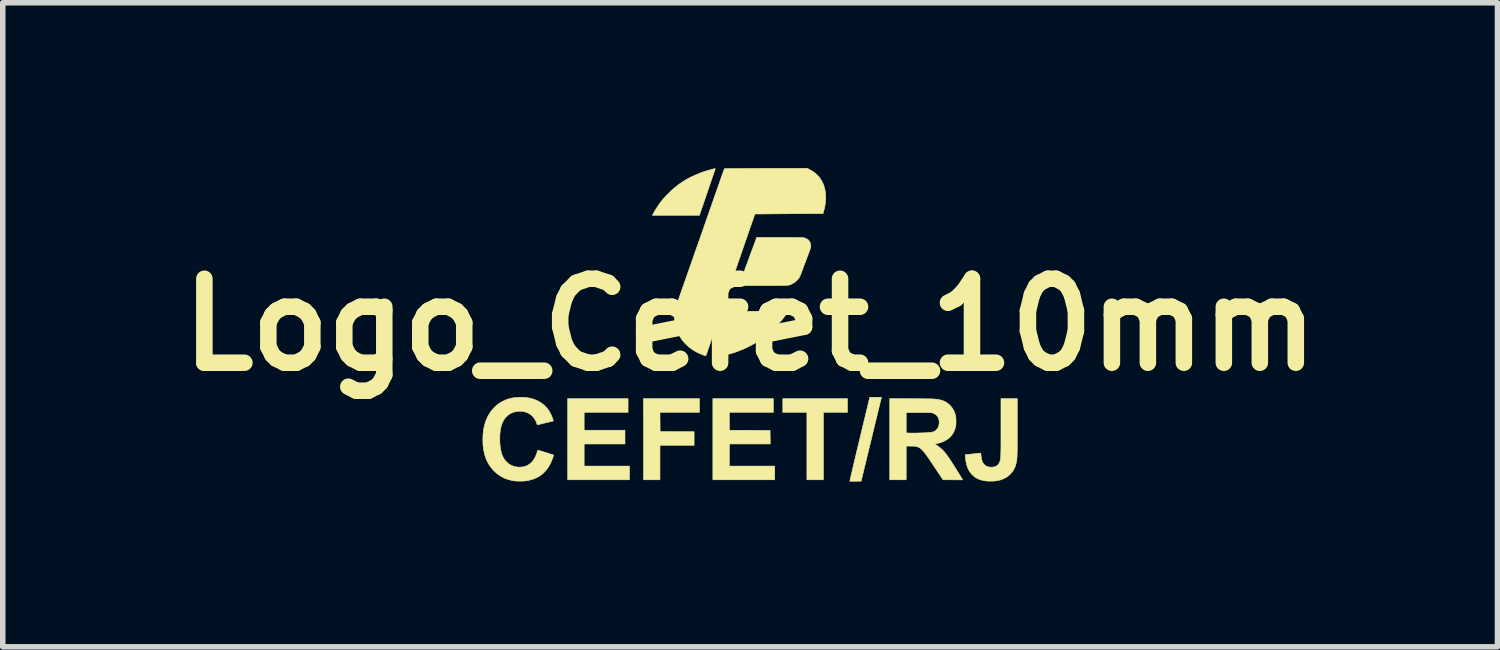
<source format=kicad_pcb>
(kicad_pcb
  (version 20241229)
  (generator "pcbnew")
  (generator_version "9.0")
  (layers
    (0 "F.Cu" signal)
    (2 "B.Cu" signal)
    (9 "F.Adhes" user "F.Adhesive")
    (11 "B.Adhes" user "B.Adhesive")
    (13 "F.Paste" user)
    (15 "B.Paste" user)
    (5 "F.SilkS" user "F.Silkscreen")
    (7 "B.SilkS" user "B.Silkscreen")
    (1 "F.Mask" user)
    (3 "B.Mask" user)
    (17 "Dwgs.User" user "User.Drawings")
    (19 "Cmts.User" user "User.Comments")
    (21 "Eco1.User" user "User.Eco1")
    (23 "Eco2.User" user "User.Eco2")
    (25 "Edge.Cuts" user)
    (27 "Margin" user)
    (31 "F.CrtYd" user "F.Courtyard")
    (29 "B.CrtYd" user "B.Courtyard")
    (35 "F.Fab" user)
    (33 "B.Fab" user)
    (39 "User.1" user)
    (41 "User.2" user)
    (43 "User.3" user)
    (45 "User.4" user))
  (footprint "Logo_Cefet_10mm"
    (layer "F.Cu")
    (at 10.566 2.845)
    (property "Reference" "Logo_Cefet_10mm" (at 0 0 0) (layer "F.SilkS") (effects (font (size 1.524 1.524) (thickness 0.3))))
    (attr through_hole)
    (fp_poly (pts (xy 1.768 1.59) (xy 1.331 1.59) (xy 1.331 2.814) (xy 1.031 2.814) (xy 1.031 1.59) (xy 0.594 1.59) (xy 0.594 1.341) (xy 1.768 1.341) (xy 1.768 1.59)) (stroke (width 0.01) (type solid)) (fill yes) (layer "F.SilkS"))
    (fp_poly (pts (xy -0.919 1.59) (xy -1.636 1.59) (xy -1.633 1.938) (xy -1.016 1.941) (xy -1.016 2.189) (xy -1.636 2.189) (xy -1.636 2.814) (xy -1.935 2.814) (xy -1.935 2.078) (xy -1.936 1.341) (xy -0.919 1.341) (xy -0.919 1.59)) (stroke (width 0.01) (type solid)) (fill yes) (layer "F.SilkS"))
    (fp_poly (pts (xy -2.215 1.59) (xy -3.012 1.59) (xy -3.012 1.915) (xy -2.271 1.915) (xy -2.271 2.164) (xy -3.012 2.164) (xy -3.012 2.565) (xy -2.189 2.565) (xy -2.189 2.814) (xy -3.312 2.814) (xy -3.312 1.341) (xy -2.215 1.341) (xy -2.215 1.59)) (stroke (width 0.01) (type solid)) (fill yes) (layer "F.SilkS"))
    (fp_poly (pts (xy 0.422 1.59) (xy -0.376 1.59) (xy -0.376 1.915) (xy -0.006 1.916) (xy 0.363 1.918) (xy 0.366 2.164) (xy -0.376 2.164) (xy -0.376 2.565) (xy 0.447 2.565) (xy 0.447 2.814) (xy -0.676 2.814) (xy -0.676 1.341) (xy 0.422 1.341) (xy 0.422 1.59)) (stroke (width 0.01) (type solid)) (fill yes) (layer "F.SilkS"))
    (fp_poly (pts (xy 2.349 1.464) (xy 2.341 1.497) (xy 2.331 1.538) (xy 2.32 1.585) (xy 2.307 1.639) (xy 2.293 1.697) (xy 2.278 1.757) (xy 2.263 1.819) (xy 2.248 1.881) (xy 2.235 1.933) (xy 2.221 1.992) (xy 2.207 2.052) (xy 2.193 2.11) (xy 2.179 2.166) (xy 2.166 2.218) (xy 2.155 2.265) (xy 2.145 2.306) (xy 2.137 2.34) (xy 2.131 2.365) (xy 2.121 2.404) (xy 2.111 2.447) (xy 2.101 2.49) (xy 2.091 2.529) (xy 2.083 2.562) (xy 2.083 2.563) (xy 2.074 2.598) (xy 2.064 2.64) (xy 2.054 2.683) (xy 2.044 2.724) (xy 2.039 2.744) (xy 2.016 2.839) (xy 1.914 2.841) (xy 1.883 2.841) (xy 1.856 2.841) (xy 1.834 2.841) (xy 1.818 2.84) (xy 1.811 2.839) (xy 1.811 2.839) (xy 1.811 2.834) (xy 1.814 2.82) (xy 1.819 2.798) (xy 1.826 2.767) (xy 1.835 2.727) (xy 1.847 2.678) (xy 1.86 2.62) (xy 1.876 2.553) (xy 1.894 2.476) (xy 1.915 2.39) (xy 1.937 2.295) (xy 1.962 2.191) (xy 1.99 2.077) (xy 2.019 1.953) (xy 2.051 1.82) (xy 2.086 1.677) (xy 2.106 1.593) (xy 2.116 1.551) (xy 2.126 1.509) (xy 2.136 1.469) (xy 2.144 1.433) (xy 2.151 1.403) (xy 2.157 1.38) (xy 2.158 1.375) (xy 2.172 1.316) (xy 2.279 1.316) (xy 2.385 1.316) (xy 2.349 1.464)) (stroke (width 0.01) (type solid)) (fill yes) (layer "F.SilkS"))
    (fp_poly (pts (xy 0.525 -0.246) (xy 0.572 -0.246) (xy 0.612 -0.246) (xy 0.645 -0.246) (xy 0.669 -0.245) (xy 0.685 -0.244) (xy 0.691 -0.244) (xy 0.691 -0.244) (xy 0.688 -0.237) (xy 0.679 -0.223) (xy 0.666 -0.204) (xy 0.65 -0.181) (xy 0.63 -0.155) (xy 0.609 -0.128) (xy 0.587 -0.1) (xy 0.566 -0.074) (xy 0.545 -0.049) (xy 0.542 -0.045) (xy 0.45 0.055) (xy 0.351 0.146) (xy 0.246 0.23) (xy 0.135 0.307) (xy 0.018 0.375) (xy -0.105 0.435) (xy -0.232 0.486) (xy -0.282 0.504) (xy -0.333 0.519) (xy -0.388 0.534) (xy -0.443 0.547) (xy -0.495 0.558) (xy -0.515 0.561) (xy -0.543 0.565) (xy -0.572 0.569) (xy -0.599 0.571) (xy -0.622 0.573) (xy -0.641 0.573) (xy -0.652 0.573) (xy -0.655 0.571) (xy -0.654 0.564) (xy -0.65 0.551) (xy -0.647 0.544) (xy -0.642 0.529) (xy -0.634 0.507) (xy -0.624 0.477) (xy -0.611 0.44) (xy -0.597 0.399) (xy -0.581 0.353) (xy -0.564 0.304) (xy -0.547 0.253) (xy -0.529 0.202) (xy -0.511 0.15) (xy -0.511 0.15) (xy -0.497 0.111) (xy -0.484 0.073) (xy -0.472 0.037) (xy -0.461 0.005) (xy -0.452 -0.021) (xy -0.445 -0.04) (xy -0.445 -0.041) (xy -0.43 -0.083) (xy -0.417 -0.122) (xy -0.405 -0.156) (xy -0.394 -0.186) (xy -0.386 -0.209) (xy -0.381 -0.225) (xy -0.379 -0.232) (xy -0.379 -0.232) (xy -0.376 -0.233) (xy -0.368 -0.235) (xy -0.354 -0.236) (xy -0.335 -0.238) (xy -0.31 -0.239) (xy -0.278 -0.24) (xy -0.239 -0.241) (xy -0.193 -0.242) (xy -0.139 -0.242) (xy -0.077 -0.243) (xy -0.007 -0.244) (xy 0.073 -0.245) (xy 0.161 -0.245) (xy 0.26 -0.246) (xy 0.281 -0.246) (xy 0.349 -0.246) (xy 0.413 -0.246) (xy 0.472 -0.246) (xy 0.525 -0.246)) (stroke (width 0.01) (type solid)) (fill yes) (layer "F.SilkS"))
    (fp_poly (pts (xy -0.633 -2.834) (xy -0.634 -2.829) (xy -0.637 -2.816) (xy -0.643 -2.797) (xy -0.651 -2.775) (xy -0.651 -2.774) (xy -0.658 -2.752) (xy -0.668 -2.723) (xy -0.68 -2.689) (xy -0.693 -2.652) (xy -0.706 -2.613) (xy -0.714 -2.588) (xy -0.739 -2.516) (xy -0.761 -2.452) (xy -0.779 -2.398) (xy -0.795 -2.352) (xy -0.808 -2.313) (xy -0.819 -2.282) (xy -0.827 -2.258) (xy -0.833 -2.241) (xy -0.837 -2.23) (xy -0.838 -2.225) (xy -0.841 -2.217) (xy -0.847 -2.2) (xy -0.854 -2.177) (xy -0.864 -2.15) (xy -0.875 -2.118) (xy -0.881 -2.101) (xy -0.892 -2.069) (xy -0.902 -2.041) (xy -0.91 -2.017) (xy -0.916 -2) (xy -0.919 -1.99) (xy -0.919 -1.988) (xy -0.924 -1.987) (xy -0.939 -1.987) (xy -0.962 -1.987) (xy -0.993 -1.987) (xy -1.031 -1.987) (xy -1.076 -1.987) (xy -1.126 -1.986) (xy -1.181 -1.986) (xy -1.241 -1.986) (xy -1.304 -1.986) (xy -1.347 -1.986) (xy -1.774 -1.986) (xy -1.75 -2.031) (xy -1.738 -2.052) (xy -1.723 -2.078) (xy -1.705 -2.106) (xy -1.685 -2.136) (xy -1.666 -2.166) (xy -1.646 -2.194) (xy -1.629 -2.219) (xy -1.614 -2.239) (xy -1.604 -2.252) (xy -1.6 -2.256) (xy -1.596 -2.261) (xy -1.587 -2.271) (xy -1.578 -2.283) (xy -1.568 -2.294) (xy -1.553 -2.311) (xy -1.533 -2.332) (xy -1.51 -2.356) (xy -1.485 -2.381) (xy -1.473 -2.393) (xy -1.415 -2.449) (xy -1.356 -2.499) (xy -1.296 -2.546) (xy -1.231 -2.591) (xy -1.168 -2.631) (xy -1.132 -2.651) (xy -1.089 -2.674) (xy -1.04 -2.697) (xy -0.987 -2.721) (xy -0.933 -2.743) (xy -0.88 -2.764) (xy -0.836 -2.78) (xy -0.815 -2.787) (xy -0.791 -2.794) (xy -0.763 -2.802) (xy -0.734 -2.81) (xy -0.706 -2.818) (xy -0.68 -2.825) (xy -0.658 -2.83) (xy -0.642 -2.833) (xy -0.634 -2.834) (xy -0.633 -2.834)) (stroke (width 0.01) (type solid)) (fill yes) (layer "F.SilkS"))
    (fp_poly (pts (xy 4.851 1.848) (xy 4.851 1.937) (xy 4.851 2.017) (xy 4.851 2.089) (xy 4.851 2.151) (xy 4.85 2.207) (xy 4.85 2.255) (xy 4.849 2.298) (xy 4.848 2.334) (xy 4.847 2.366) (xy 4.846 2.393) (xy 4.845 2.417) (xy 4.843 2.438) (xy 4.841 2.456) (xy 4.838 2.473) (xy 4.836 2.488) (xy 4.833 2.503) (xy 4.831 2.511) (xy 4.813 2.573) (xy 4.786 2.631) (xy 4.751 2.682) (xy 4.709 2.726) (xy 4.66 2.764) (xy 4.604 2.795) (xy 4.542 2.818) (xy 4.478 2.832) (xy 4.442 2.836) (xy 4.401 2.839) (xy 4.357 2.839) (xy 4.314 2.838) (xy 4.275 2.835) (xy 4.242 2.83) (xy 4.241 2.83) (xy 4.187 2.816) (xy 4.141 2.799) (xy 4.099 2.777) (xy 4.068 2.755) (xy 4.024 2.715) (xy 3.986 2.667) (xy 3.956 2.613) (xy 3.934 2.552) (xy 3.918 2.483) (xy 3.912 2.438) (xy 3.91 2.415) (xy 3.908 2.394) (xy 3.907 2.378) (xy 3.907 2.373) (xy 3.907 2.359) (xy 4.04 2.345) (xy 4.076 2.341) (xy 4.109 2.337) (xy 4.137 2.334) (xy 4.16 2.332) (xy 4.175 2.33) (xy 4.181 2.33) (xy 4.185 2.332) (xy 4.188 2.34) (xy 4.19 2.355) (xy 4.192 2.37) (xy 4.198 2.421) (xy 4.208 2.463) (xy 4.222 2.498) (xy 4.24 2.527) (xy 4.251 2.539) (xy 4.278 2.561) (xy 4.307 2.575) (xy 4.343 2.583) (xy 4.363 2.585) (xy 4.409 2.584) (xy 4.448 2.575) (xy 4.481 2.559) (xy 4.507 2.535) (xy 4.526 2.504) (xy 4.53 2.493) (xy 4.534 2.483) (xy 4.537 2.473) (xy 4.54 2.462) (xy 4.543 2.45) (xy 4.545 2.436) (xy 4.547 2.42) (xy 4.549 2.401) (xy 4.55 2.378) (xy 4.551 2.351) (xy 4.552 2.319) (xy 4.553 2.282) (xy 4.553 2.238) (xy 4.554 2.188) (xy 4.554 2.13) (xy 4.554 2.064) (xy 4.554 1.99) (xy 4.554 1.907) (xy 4.554 1.858) (xy 4.554 1.341) (xy 4.703 1.341) (xy 4.851 1.341) (xy 4.851 1.848)) (stroke (width 0.01) (type solid)) (fill yes) (layer "F.SilkS"))
    (fp_poly (pts (xy 0.538 -1.585) (xy 0.616 -1.585) (xy 0.684 -1.585) (xy 0.744 -1.585) (xy 0.795 -1.584) (xy 0.838 -1.584) (xy 0.875 -1.584) (xy 0.905 -1.583) (xy 0.929 -1.582) (xy 0.948 -1.582) (xy 0.963 -1.581) (xy 0.974 -1.58) (xy 0.982 -1.578) (xy 0.984 -1.578) (xy 1.023 -1.563) (xy 1.055 -1.542) (xy 1.078 -1.514) (xy 1.094 -1.481) (xy 1.101 -1.441) (xy 1.101 -1.441) (xy 1.102 -1.427) (xy 1.101 -1.415) (xy 1.1 -1.403) (xy 1.096 -1.39) (xy 1.091 -1.372) (xy 1.082 -1.348) (xy 1.073 -1.323) (xy 1.064 -1.3) (xy 1.052 -1.268) (xy 1.038 -1.23) (xy 1.022 -1.188) (xy 1.005 -1.143) (xy 0.988 -1.097) (xy 0.972 -1.055) (xy 0.954 -1.006) (xy 0.939 -0.965) (xy 0.926 -0.932) (xy 0.915 -0.905) (xy 0.906 -0.884) (xy 0.898 -0.868) (xy 0.891 -0.855) (xy 0.885 -0.844) (xy 0.88 -0.837) (xy 0.845 -0.799) (xy 0.803 -0.766) (xy 0.766 -0.744) (xy 0.755 -0.738) (xy 0.745 -0.733) (xy 0.736 -0.729) (xy 0.726 -0.725) (xy 0.715 -0.722) (xy 0.703 -0.72) (xy 0.688 -0.717) (xy 0.67 -0.716) (xy 0.648 -0.714) (xy 0.622 -0.713) (xy 0.59 -0.712) (xy 0.553 -0.712) (xy 0.509 -0.712) (xy 0.458 -0.711) (xy 0.4 -0.711) (xy 0.332 -0.711) (xy 0.255 -0.711) (xy -0.203 -0.711) (xy -0.19 -0.745) (xy -0.182 -0.767) (xy -0.173 -0.79) (xy -0.168 -0.805) (xy -0.164 -0.816) (xy -0.157 -0.836) (xy -0.147 -0.861) (xy -0.136 -0.893) (xy -0.123 -0.928) (xy -0.109 -0.965) (xy -0.104 -0.978) (xy -0.09 -1.016) (xy -0.077 -1.052) (xy -0.065 -1.084) (xy -0.054 -1.112) (xy -0.046 -1.134) (xy -0.041 -1.148) (xy -0.04 -1.151) (xy -0.036 -1.162) (xy -0.029 -1.181) (xy -0.02 -1.207) (xy -0.008 -1.238) (xy 0.004 -1.273) (xy 0.018 -1.31) (xy 0.02 -1.316) (xy 0.035 -1.355) (xy 0.05 -1.395) (xy 0.064 -1.434) (xy 0.077 -1.469) (xy 0.088 -1.499) (xy 0.096 -1.52) (xy 0.119 -1.585) (xy 0.538 -1.585)) (stroke (width 0.01) (type solid)) (fill yes) (layer "F.SilkS"))
    (fp_poly (pts (xy -4.114 1.317) (xy -4.044 1.324) (xy -3.979 1.336) (xy -3.917 1.355) (xy -3.857 1.381) (xy -3.851 1.384) (xy -3.788 1.421) (xy -3.734 1.464) (xy -3.686 1.513) (xy -3.646 1.57) (xy -3.612 1.634) (xy -3.597 1.669) (xy -3.586 1.697) (xy -3.578 1.718) (xy -3.574 1.732) (xy -3.573 1.741) (xy -3.575 1.746) (xy -3.579 1.748) (xy -3.582 1.749) (xy -3.59 1.751) (xy -3.607 1.756) (xy -3.63 1.761) (xy -3.659 1.768) (xy -3.691 1.776) (xy -3.713 1.781) (xy -3.748 1.789) (xy -3.78 1.797) (xy -3.807 1.804) (xy -3.829 1.809) (xy -3.844 1.812) (xy -3.849 1.813) (xy -3.859 1.815) (xy -3.864 1.813) (xy -3.868 1.805) (xy -3.871 1.794) (xy -3.885 1.756) (xy -3.906 1.717) (xy -3.931 1.681) (xy -3.952 1.657) (xy -3.993 1.624) (xy -4.039 1.599) (xy -4.089 1.581) (xy -4.142 1.572) (xy -4.197 1.57) (xy -4.253 1.577) (xy -4.307 1.593) (xy -4.351 1.612) (xy -4.376 1.628) (xy -4.404 1.651) (xy -4.431 1.678) (xy -4.456 1.706) (xy -4.474 1.733) (xy -4.477 1.738) (xy -4.502 1.792) (xy -4.522 1.855) (xy -4.535 1.925) (xy -4.543 2.001) (xy -4.544 2.084) (xy -4.544 2.095) (xy -4.54 2.176) (xy -4.531 2.248) (xy -4.518 2.312) (xy -4.5 2.368) (xy -4.476 2.418) (xy -4.448 2.461) (xy -4.413 2.498) (xy -4.373 2.531) (xy -4.368 2.534) (xy -4.325 2.557) (xy -4.277 2.574) (xy -4.225 2.583) (xy -4.172 2.585) (xy -4.121 2.58) (xy -4.073 2.567) (xy -4.055 2.56) (xy -4.008 2.533) (xy -3.966 2.498) (xy -3.93 2.454) (xy -3.9 2.402) (xy -3.875 2.343) (xy -3.869 2.322) (xy -3.863 2.303) (xy -3.857 2.287) (xy -3.854 2.278) (xy -3.853 2.277) (xy -3.848 2.278) (xy -3.835 2.281) (xy -3.815 2.287) (xy -3.79 2.295) (xy -3.761 2.304) (xy -3.729 2.313) (xy -3.697 2.323) (xy -3.665 2.333) (xy -3.636 2.342) (xy -3.609 2.351) (xy -3.588 2.357) (xy -3.574 2.362) (xy -3.567 2.365) (xy -3.567 2.365) (xy -3.567 2.371) (xy -3.571 2.384) (xy -3.577 2.402) (xy -3.585 2.424) (xy -3.594 2.448) (xy -3.604 2.472) (xy -3.613 2.494) (xy -3.621 2.513) (xy -3.623 2.517) (xy -3.662 2.586) (xy -3.707 2.646) (xy -3.757 2.698) (xy -3.814 2.742) (xy -3.876 2.777) (xy -3.945 2.805) (xy -4.021 2.826) (xy -4.056 2.832) (xy -4.092 2.836) (xy -4.134 2.839) (xy -4.18 2.839) (xy -4.227 2.838) (xy -4.27 2.835) (xy -4.307 2.83) (xy -4.31 2.83) (xy -4.389 2.811) (xy -4.462 2.784) (xy -4.531 2.747) (xy -4.595 2.702) (xy -4.654 2.648) (xy -4.663 2.638) (xy -4.714 2.577) (xy -4.756 2.511) (xy -4.791 2.439) (xy -4.817 2.361) (xy -4.836 2.276) (xy -4.848 2.186) (xy -4.851 2.09) (xy -4.848 1.99) (xy -4.837 1.897) (xy -4.818 1.81) (xy -4.791 1.73) (xy -4.757 1.656) (xy -4.716 1.588) (xy -4.666 1.526) (xy -4.63 1.488) (xy -4.601 1.462) (xy -4.573 1.44) (xy -4.544 1.42) (xy -4.51 1.4) (xy -4.495 1.392) (xy -4.444 1.367) (xy -4.393 1.348) (xy -4.34 1.334) (xy -4.283 1.324) (xy -4.22 1.319) (xy -4.191 1.317) (xy -4.114 1.317)) (stroke (width 0.01) (type solid)) (fill yes) (layer "F.SilkS"))
    (fp_poly (pts (xy 2.938 1.342) (xy 3.017 1.343) (xy 3.087 1.343) (xy 3.148 1.344) (xy 3.201 1.344) (xy 3.248 1.345) (xy 3.287 1.346) (xy 3.322 1.347) (xy 3.351 1.349) (xy 3.376 1.351) (xy 3.397 1.353) (xy 3.416 1.356) (xy 3.433 1.359) (xy 3.449 1.363) (xy 3.465 1.367) (xy 3.48 1.372) (xy 3.49 1.375) (xy 3.543 1.397) (xy 3.591 1.429) (xy 3.634 1.468) (xy 3.671 1.513) (xy 3.701 1.565) (xy 3.723 1.622) (xy 3.727 1.633) (xy 3.732 1.659) (xy 3.736 1.693) (xy 3.738 1.73) (xy 3.738 1.768) (xy 3.737 1.805) (xy 3.734 1.837) (xy 3.731 1.85) (xy 3.714 1.91) (xy 3.689 1.964) (xy 3.656 2.013) (xy 3.614 2.055) (xy 3.565 2.091) (xy 3.509 2.121) (xy 3.445 2.144) (xy 3.374 2.161) (xy 3.371 2.162) (xy 3.359 2.164) (xy 3.355 2.166) (xy 3.36 2.17) (xy 3.361 2.17) (xy 3.396 2.192) (xy 3.435 2.221) (xy 3.474 2.254) (xy 3.511 2.29) (xy 3.543 2.327) (xy 3.543 2.327) (xy 3.565 2.356) (xy 3.591 2.392) (xy 3.62 2.434) (xy 3.651 2.481) (xy 3.683 2.532) (xy 3.691 2.544) (xy 3.708 2.571) (xy 3.724 2.597) (xy 3.739 2.62) (xy 3.75 2.639) (xy 3.755 2.646) (xy 3.768 2.667) (xy 3.783 2.69) (xy 3.792 2.705) (xy 3.804 2.724) (xy 3.818 2.748) (xy 3.833 2.771) (xy 3.835 2.775) (xy 3.846 2.792) (xy 3.853 2.806) (xy 3.857 2.814) (xy 3.857 2.815) (xy 3.851 2.816) (xy 3.836 2.816) (xy 3.814 2.816) (xy 3.785 2.816) (xy 3.75 2.816) (xy 3.712 2.816) (xy 3.678 2.815) (xy 3.503 2.814) (xy 3.405 2.668) (xy 3.365 2.609) (xy 3.331 2.558) (xy 3.302 2.514) (xy 3.277 2.477) (xy 3.256 2.446) (xy 3.239 2.421) (xy 3.225 2.401) (xy 3.214 2.385) (xy 3.206 2.373) (xy 3.2 2.364) (xy 3.195 2.358) (xy 3.194 2.357) (xy 3.186 2.346) (xy 3.173 2.33) (xy 3.159 2.312) (xy 3.155 2.306) (xy 3.12 2.267) (xy 3.082 2.237) (xy 3.041 2.217) (xy 3.032 2.214) (xy 3.016 2.21) (xy 2.999 2.207) (xy 2.98 2.205) (xy 2.956 2.203) (xy 2.924 2.203) (xy 2.915 2.203) (xy 2.834 2.202) (xy 2.834 2.508) (xy 2.834 2.814) (xy 2.535 2.814) (xy 2.535 1.593) (xy 2.834 1.593) (xy 2.834 1.775) (xy 2.834 1.818) (xy 2.834 1.857) (xy 2.834 1.891) (xy 2.834 1.92) (xy 2.834 1.942) (xy 2.834 1.957) (xy 2.835 1.962) (xy 2.839 1.963) (xy 2.853 1.964) (xy 2.874 1.965) (xy 2.902 1.966) (xy 2.934 1.966) (xy 2.97 1.966) (xy 3.008 1.966) (xy 3.047 1.965) (xy 3.086 1.964) (xy 3.123 1.963) (xy 3.157 1.962) (xy 3.186 1.961) (xy 3.19 1.961) (xy 3.238 1.957) (xy 3.277 1.953) (xy 3.308 1.948) (xy 3.332 1.941) (xy 3.35 1.933) (xy 3.352 1.932) (xy 3.383 1.907) (xy 3.408 1.875) (xy 3.424 1.837) (xy 3.432 1.795) (xy 3.433 1.755) (xy 3.425 1.712) (xy 3.411 1.676) (xy 3.388 1.646) (xy 3.357 1.622) (xy 3.318 1.604) (xy 3.311 1.601) (xy 3.304 1.599) (xy 3.295 1.598) (xy 3.285 1.596) (xy 3.271 1.595) (xy 3.253 1.594) (xy 3.231 1.594) (xy 3.202 1.593) (xy 3.166 1.593) (xy 3.122 1.593) (xy 3.069 1.593) (xy 3.062 1.593) (xy 2.834 1.593) (xy 2.535 1.593) (xy 2.535 1.341) (xy 2.938 1.342)) (stroke (width 0.01) (type solid)) (fill yes) (layer "F.SilkS"))
    (fp_poly (pts (xy 1.091 -2.811) (xy 1.116 -2.797) (xy 1.135 -2.785) (xy 1.15 -2.775) (xy 1.165 -2.764) (xy 1.183 -2.75) (xy 1.193 -2.742) (xy 1.228 -2.71) (xy 1.261 -2.67) (xy 1.292 -2.625) (xy 1.318 -2.577) (xy 1.337 -2.532) (xy 1.358 -2.459) (xy 1.37 -2.382) (xy 1.374 -2.3) (xy 1.368 -2.217) (xy 1.354 -2.131) (xy 1.337 -2.064) (xy 1.323 -2.017) (xy 1.12 -2.017) (xy 1.081 -2.017) (xy 1.034 -2.017) (xy 0.979 -2.016) (xy 0.918 -2.016) (xy 0.852 -2.016) (xy 0.782 -2.015) (xy 0.711 -2.015) (xy 0.638 -2.014) (xy 0.566 -2.014) (xy 0.502 -2.013) (xy 0.087 -2.01) (xy 0.046 -1.89) (xy 0.016 -1.806) (xy -0.011 -1.727) (xy -0.037 -1.653) (xy -0.06 -1.585) (xy -0.081 -1.525) (xy -0.099 -1.473) (xy -0.112 -1.435) (xy -0.123 -1.402) (xy -0.135 -1.368) (xy -0.146 -1.336) (xy -0.155 -1.308) (xy -0.16 -1.295) (xy -0.168 -1.271) (xy -0.176 -1.249) (xy -0.182 -1.23) (xy -0.185 -1.222) (xy -0.189 -1.212) (xy -0.195 -1.193) (xy -0.203 -1.169) (xy -0.214 -1.138) (xy -0.226 -1.105) (xy -0.238 -1.069) (xy -0.239 -1.067) (xy -0.253 -1.025) (xy -0.27 -0.977) (xy -0.288 -0.924) (xy -0.306 -0.871) (xy -0.324 -0.82) (xy -0.339 -0.777) (xy -0.353 -0.737) (xy -0.366 -0.697) (xy -0.379 -0.66) (xy -0.391 -0.627) (xy -0.4 -0.599) (xy -0.407 -0.579) (xy -0.409 -0.574) (xy -0.415 -0.557) (xy -0.424 -0.532) (xy -0.435 -0.5) (xy -0.447 -0.464) (xy -0.46 -0.426) (xy -0.474 -0.386) (xy -0.478 -0.376) (xy -0.493 -0.33) (xy -0.511 -0.279) (xy -0.529 -0.227) (xy -0.547 -0.175) (xy -0.563 -0.128) (xy -0.575 -0.094) (xy -0.587 -0.059) (xy -0.598 -0.026) (xy -0.608 0.003) (xy -0.616 0.026) (xy -0.622 0.042) (xy -0.625 0.051) (xy -0.625 0.051) (xy -0.627 0.058) (xy -0.633 0.074) (xy -0.641 0.098) (xy -0.651 0.127) (xy -0.663 0.162) (xy -0.677 0.201) (xy -0.691 0.243) (xy -0.696 0.257) (xy -0.711 0.301) (xy -0.727 0.346) (xy -0.741 0.388) (xy -0.754 0.426) (xy -0.766 0.459) (xy -0.775 0.486) (xy -0.781 0.505) (xy -0.781 0.507) (xy -0.791 0.534) (xy -0.799 0.552) (xy -0.804 0.562) (xy -0.808 0.563) (xy -0.815 0.561) (xy -0.83 0.557) (xy -0.85 0.549) (xy -0.871 0.541) (xy -0.938 0.513) (xy -0.998 0.482) (xy -1.053 0.447) (xy -1.107 0.407) (xy -1.12 0.396) (xy -1.181 0.338) (xy -1.235 0.274) (xy -1.28 0.205) (xy -1.316 0.131) (xy -1.321 0.118) (xy -1.343 0.057) (xy -1.358 -0.000492) (xy -1.367 -0.057) (xy -1.371 -0.117) (xy -1.37 -0.17) (xy -1.369 -0.188) (xy -1.369 -0.205) (xy -1.367 -0.22) (xy -1.366 -0.235) (xy -1.364 -0.25) (xy -1.36 -0.267) (xy -1.356 -0.285) (xy -1.35 -0.307) (xy -1.342 -0.331) (xy -1.333 -0.361) (xy -1.322 -0.395) (xy -1.308 -0.435) (xy -1.292 -0.481) (xy -1.273 -0.535) (xy -1.251 -0.597) (xy -1.228 -0.663) (xy -1.214 -0.703) (xy -1.197 -0.751) (xy -1.179 -0.803) (xy -1.16 -0.856) (xy -1.142 -0.909) (xy -1.125 -0.958) (xy -1.12 -0.97) (xy -1.106 -1.012) (xy -1.091 -1.054) (xy -1.077 -1.093) (xy -1.065 -1.128) (xy -1.055 -1.158) (xy -1.047 -1.18) (xy -1.043 -1.191) (xy -1.034 -1.215) (xy -1.027 -1.237) (xy -1.021 -1.255) (xy -1.018 -1.262) (xy -1.014 -1.274) (xy -1.007 -1.294) (xy -0.999 -1.318) (xy -0.989 -1.345) (xy -0.985 -1.356) (xy -0.96 -1.427) (xy -0.938 -1.49) (xy -0.918 -1.545) (xy -0.902 -1.591) (xy -0.889 -1.629) (xy -0.879 -1.657) (xy -0.872 -1.676) (xy -0.869 -1.686) (xy -0.869 -1.687) (xy -0.866 -1.695) (xy -0.86 -1.712) (xy -0.851 -1.736) (xy -0.841 -1.767) (xy -0.828 -1.803) (xy -0.814 -1.843) (xy -0.8 -1.886) (xy -0.784 -1.93) (xy -0.768 -1.976) (xy -0.752 -2.021) (xy -0.752 -2.022) (xy -0.74 -2.055) (xy -0.727 -2.094) (xy -0.712 -2.135) (xy -0.698 -2.176) (xy -0.687 -2.207) (xy -0.674 -2.245) (xy -0.659 -2.288) (xy -0.644 -2.331) (xy -0.63 -2.371) (xy -0.62 -2.398) (xy -0.608 -2.433) (xy -0.594 -2.471) (xy -0.581 -2.509) (xy -0.569 -2.543) (xy -0.564 -2.558) (xy -0.543 -2.619) (xy -0.524 -2.673) (xy -0.507 -2.72) (xy -0.493 -2.76) (xy -0.482 -2.791) (xy -0.473 -2.814) (xy -0.468 -2.828) (xy -0.465 -2.833) (xy -0.46 -2.834) (xy -0.445 -2.834) (xy -0.421 -2.835) (xy -0.388 -2.835) (xy -0.348 -2.835) (xy -0.3 -2.836) (xy -0.246 -2.836) (xy -0.185 -2.837) (xy -0.119 -2.837) (xy -0.047 -2.837) (xy 0.029 -2.838) (xy 0.109 -2.838) (xy 0.192 -2.838) (xy 0.279 -2.839) (xy 0.289 -2.839) (xy 1.039 -2.84) (xy 1.091 -2.811)) (stroke (width 0.01) (type solid)) (fill yes) (layer "F.SilkS")))
  (gr_rect
    (start -3 -3)
    (end 24.133 8.692)
    (stroke (width 0.1) (type default))
    (fill no)
    (layer "Edge.Cuts")))
</source>
